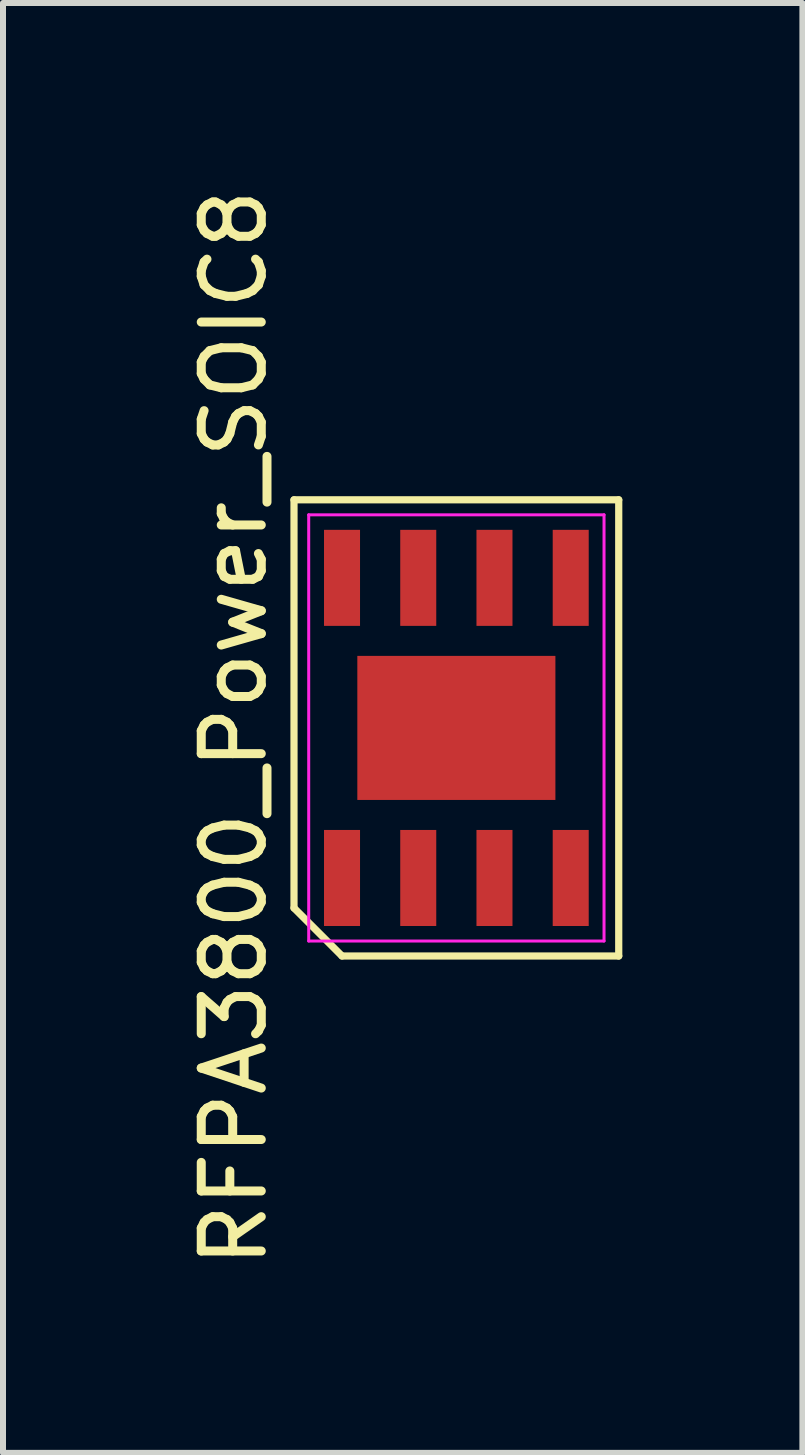
<source format=kicad_pcb>
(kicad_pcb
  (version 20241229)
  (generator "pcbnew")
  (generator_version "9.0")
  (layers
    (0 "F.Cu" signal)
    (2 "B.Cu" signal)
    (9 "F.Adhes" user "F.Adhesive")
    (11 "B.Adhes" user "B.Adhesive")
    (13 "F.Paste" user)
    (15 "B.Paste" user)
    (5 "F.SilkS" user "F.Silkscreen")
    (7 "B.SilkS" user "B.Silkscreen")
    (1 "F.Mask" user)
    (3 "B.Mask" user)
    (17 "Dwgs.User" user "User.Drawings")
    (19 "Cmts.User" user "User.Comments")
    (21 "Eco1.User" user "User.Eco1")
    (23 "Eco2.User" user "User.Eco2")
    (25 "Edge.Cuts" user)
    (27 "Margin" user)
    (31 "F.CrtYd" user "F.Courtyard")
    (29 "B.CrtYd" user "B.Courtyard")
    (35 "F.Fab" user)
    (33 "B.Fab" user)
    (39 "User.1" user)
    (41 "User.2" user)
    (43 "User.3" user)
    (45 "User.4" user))
  (footprint "RFPA3800_Power_SOIC8"
    (layer "F.Cu")
    (at 4.553 9.077)
    (property "Reference" "RFPA3800_Power_SOIC8" (at -3.705 0 90) (layer "F.SilkS") (effects (font (size 1 1) (thickness 0.15))))
    (attr smd)
    (fp_line (start -2.705 -3.8) (end 2.705 -3.8) (stroke (width 0.12) (type solid)) (layer "F.SilkS"))
    (fp_line (start -2.705 3) (end -2.705 -3.8) (stroke (width 0.12) (type solid)) (layer "F.SilkS"))
    (fp_line (start -1.905 3.8) (end -2.705 3) (stroke (width 0.12) (type solid)) (layer "F.SilkS"))
    (fp_line (start 2.705 -3.8) (end 2.705 3.8) (stroke (width 0.12) (type solid)) (layer "F.SilkS"))
    (fp_line (start 2.705 3.8) (end -1.905 3.8) (stroke (width 0.12) (type solid)) (layer "F.SilkS"))
    (fp_line (start -2.46 -3.55) (end 2.46 -3.55) (stroke (width 0.05) (type solid)) (layer "F.CrtYd"))
    (fp_line (start -2.46 3.55) (end -2.46 -3.55) (stroke (width 0.05) (type solid)) (layer "F.CrtYd"))
    (fp_line (start 2.46 -3.55) (end 2.46 3.55) (stroke (width 0.05) (type solid)) (layer "F.CrtYd"))
    (fp_line (start 2.46 3.55) (end -2.46 3.55) (stroke (width 0.05) (type solid)) (layer "F.CrtYd"))
    (pad "1" smd rect (at -1.905 2.5) (size 0.6 1.6) (layers "F.Cu" "F.Mask" "F.Paste"))
    (pad "2" smd rect (at -0.635 2.5) (size 0.6 1.6) (layers "F.Cu" "F.Mask" "F.Paste"))
    (pad "3" smd rect (at 0.635 2.5) (size 0.6 1.6) (layers "F.Cu" "F.Mask" "F.Paste"))
    (pad "4" smd rect (at 1.905 2.5) (size 0.6 1.6) (layers "F.Cu" "F.Mask" "F.Paste"))
    (pad "5" smd rect (at 1.905 -2.5) (size 0.6 1.6) (layers "F.Cu" "F.Mask" "F.Paste"))
    (pad "6" smd rect (at 0.635 -2.5) (size 0.6 1.6) (layers "F.Cu" "F.Mask" "F.Paste"))
    (pad "7" smd rect (at -0.635 -2.5) (size 0.6 1.6) (layers "F.Cu" "F.Mask" "F.Paste"))
    (pad "8" smd rect (at -1.905 -2.5) (size 0.6 1.6) (layers "F.Cu" "F.Mask" "F.Paste"))
    (pad "9" smd rect (at 0 0) (size 3.3 2.4) (layers "F.Cu" "F.Mask" "F.Paste")))
  (gr_rect
    (start -3 -3)
    (end 10.318 21.155)
    (stroke (width 0.1) (type default))
    (fill no)
    (layer "Edge.Cuts")))
</source>
